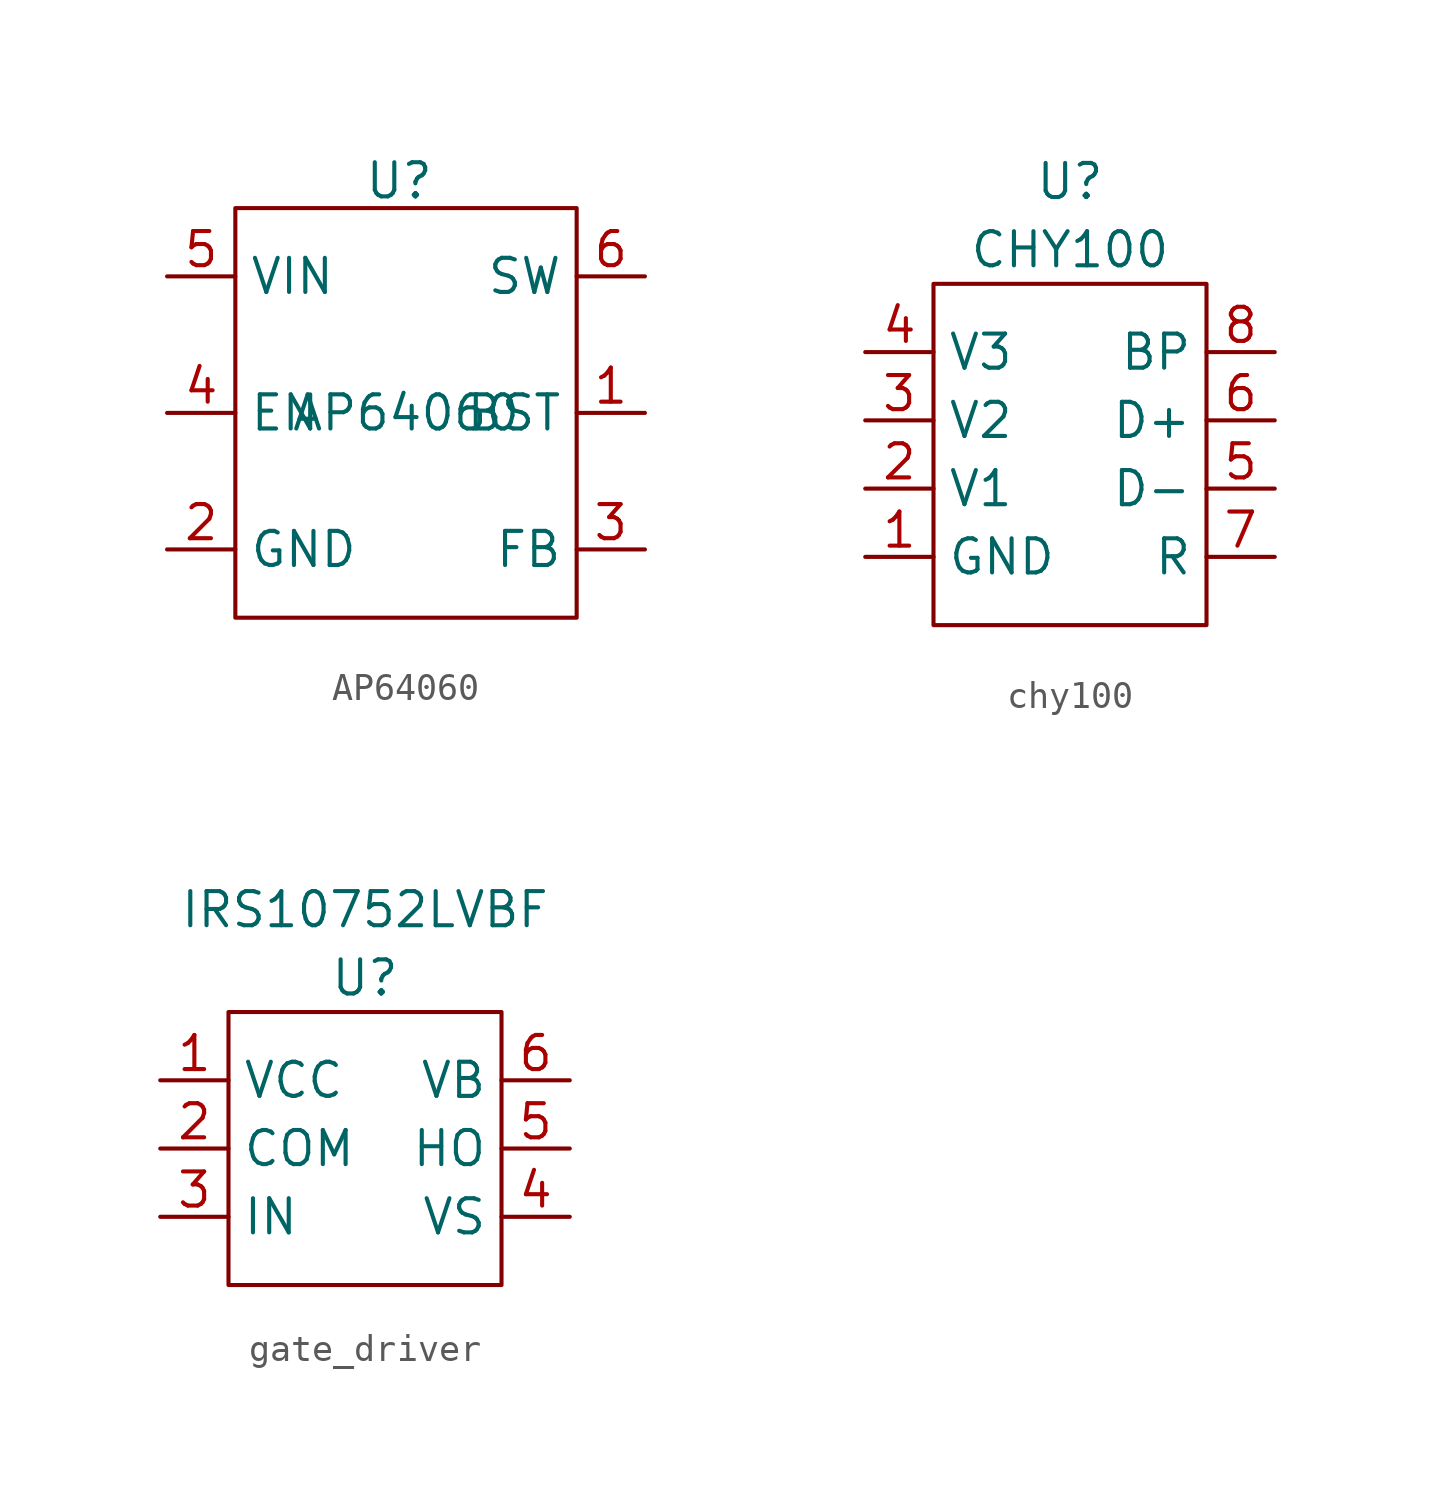
<source format=kicad_sym>
(kicad_symbol_lib
  (version 20231120)
  (generator "kicad_symbol_editor")
  (generator_version "8.0")
  (symbol "AP64060"
    (property "Reference" "U"
      (at -0.254 8.636 0)
      (effects (font (size 1.27 1.27))))
    (property "Value" "AP64060"
      (at 0 0 0)
      (effects (font (size 1.27 1.27))))
    (symbol "AP64060_0_1"
      (rectangle (start -6.35 7.62) (end 6.35 -7.62) (stroke (width 0) (type default)) (fill (type none))))
    (symbol "AP64060_1_1"
      (pin passive line (at 8.89 0 180) (length 2.54) (name "BST" (effects (font (size 1.27 1.27)))) (number "1" (effects (font (size 1.27 1.27)))))
      (pin power_out line (at -8.89 -5.08 0) (length 2.54) (name "GND" (effects (font (size 1.27 1.27)))) (number "2" (effects (font (size 1.27 1.27)))))
      (pin passive line (at 8.89 -5.08 180) (length 2.54) (name "FB" (effects (font (size 1.27 1.27)))) (number "3" (effects (font (size 1.27 1.27)))))
      (pin input line (at -8.89 0 0) (length 2.54) (name "EN" (effects (font (size 1.27 1.27)))) (number "4" (effects (font (size 1.27 1.27)))))
      (pin power_in line (at -8.89 5.08 0) (length 2.54) (name "VIN" (effects (font (size 1.27 1.27)))) (number "5" (effects (font (size 1.27 1.27)))))
      (pin power_out line (at 8.89 5.08 180) (length 2.54) (name "SW" (effects (font (size 1.27 1.27)))) (number "6" (effects (font (size 1.27 1.27)))))))
  (symbol "chy100"
    (property "Reference" "U"
      (at 0 11.43 0)
      (effects (font (size 1.27 1.27))))
    (property "Value" "CHY100"
      (at 0 8.89 0)
      (effects (font (size 1.27 1.27))))
    (symbol "chy100_0_1"
      (rectangle (start -5.08 7.62) (end 5.08 -5.08) (stroke (width 0) (type default)) (fill (type none))))
    (symbol "chy100_1_1"
      (pin input line (at -7.62 -2.54 0) (length 2.54) (name "GND" (effects (font (size 1.27 1.27)))) (number "1" (effects (font (size 1.27 1.27)))))
      (pin open_collector line (at -7.62 0 0) (length 2.54) (name "V1" (effects (font (size 1.27 1.27)))) (number "2" (effects (font (size 1.27 1.27)))))
      (pin open_collector line (at -7.62 2.54 0) (length 2.54) (name "V2" (effects (font (size 1.27 1.27)))) (number "3" (effects (font (size 1.27 1.27)))))
      (pin open_collector line (at -7.62 5.08 0) (length 2.54) (name "V3" (effects (font (size 1.27 1.27)))) (number "4" (effects (font (size 1.27 1.27)))))
      (pin input line (at 7.62 0 180) (length 2.54) (name "D-" (effects (font (size 1.27 1.27)))) (number "5" (effects (font (size 1.27 1.27)))))
      (pin input line (at 7.62 2.54 180) (length 2.54) (name "D+" (effects (font (size 1.27 1.27)))) (number "6" (effects (font (size 1.27 1.27)))))
      (pin passive line (at 7.62 -2.54 180) (length 2.54) (name "R" (effects (font (size 1.27 1.27)))) (number "7" (effects (font (size 1.27 1.27)))))
      (pin passive line (at 7.62 5.08 180) (length 2.54) (name "BP" (effects (font (size 1.27 1.27)))) (number "8" (effects (font (size 1.27 1.27)))))))
  (symbol "gate_driver"
    (property "Reference" "U"
      (at 0 6.35 0)
      (effects (font (size 1.27 1.27))))
    (property "Value" "IRS10752LVBF"
      (at 0 8.89 0)
      (effects (font (size 1.27 1.27))))
    (symbol "gate_driver_0_1"
      (rectangle (start -5.08 5.08) (end 5.08 -5.08) (stroke (width 0) (type default)) (fill (type none))))
    (symbol "gate_driver_1_1"
      (pin power_in line (at -7.62 2.54 0) (length 2.54) (name "VCC" (effects (font (size 1.27 1.27)))) (number "1" (effects (font (size 1.27 1.27)))))
      (pin power_in line (at -7.62 0 0) (length 2.54) (name "COM" (effects (font (size 1.27 1.27)))) (number "2" (effects (font (size 1.27 1.27)))))
      (pin input line (at -7.62 -2.54 0) (length 2.54) (name "IN" (effects (font (size 1.27 1.27)))) (number "3" (effects (font (size 1.27 1.27)))))
      (pin power_in line (at 7.62 -2.54 180) (length 2.54) (name "VS" (effects (font (size 1.27 1.27)))) (number "4" (effects (font (size 1.27 1.27)))))
      (pin power_out line (at 7.62 0 180) (length 2.54) (name "HO" (effects (font (size 1.27 1.27)))) (number "5" (effects (font (size 1.27 1.27)))))
      (pin power_in line (at 7.62 2.54 180) (length 2.54) (name "VB" (effects (font (size 1.27 1.27)))) (number "6" (effects (font (size 1.27 1.27))))))))
</source>
